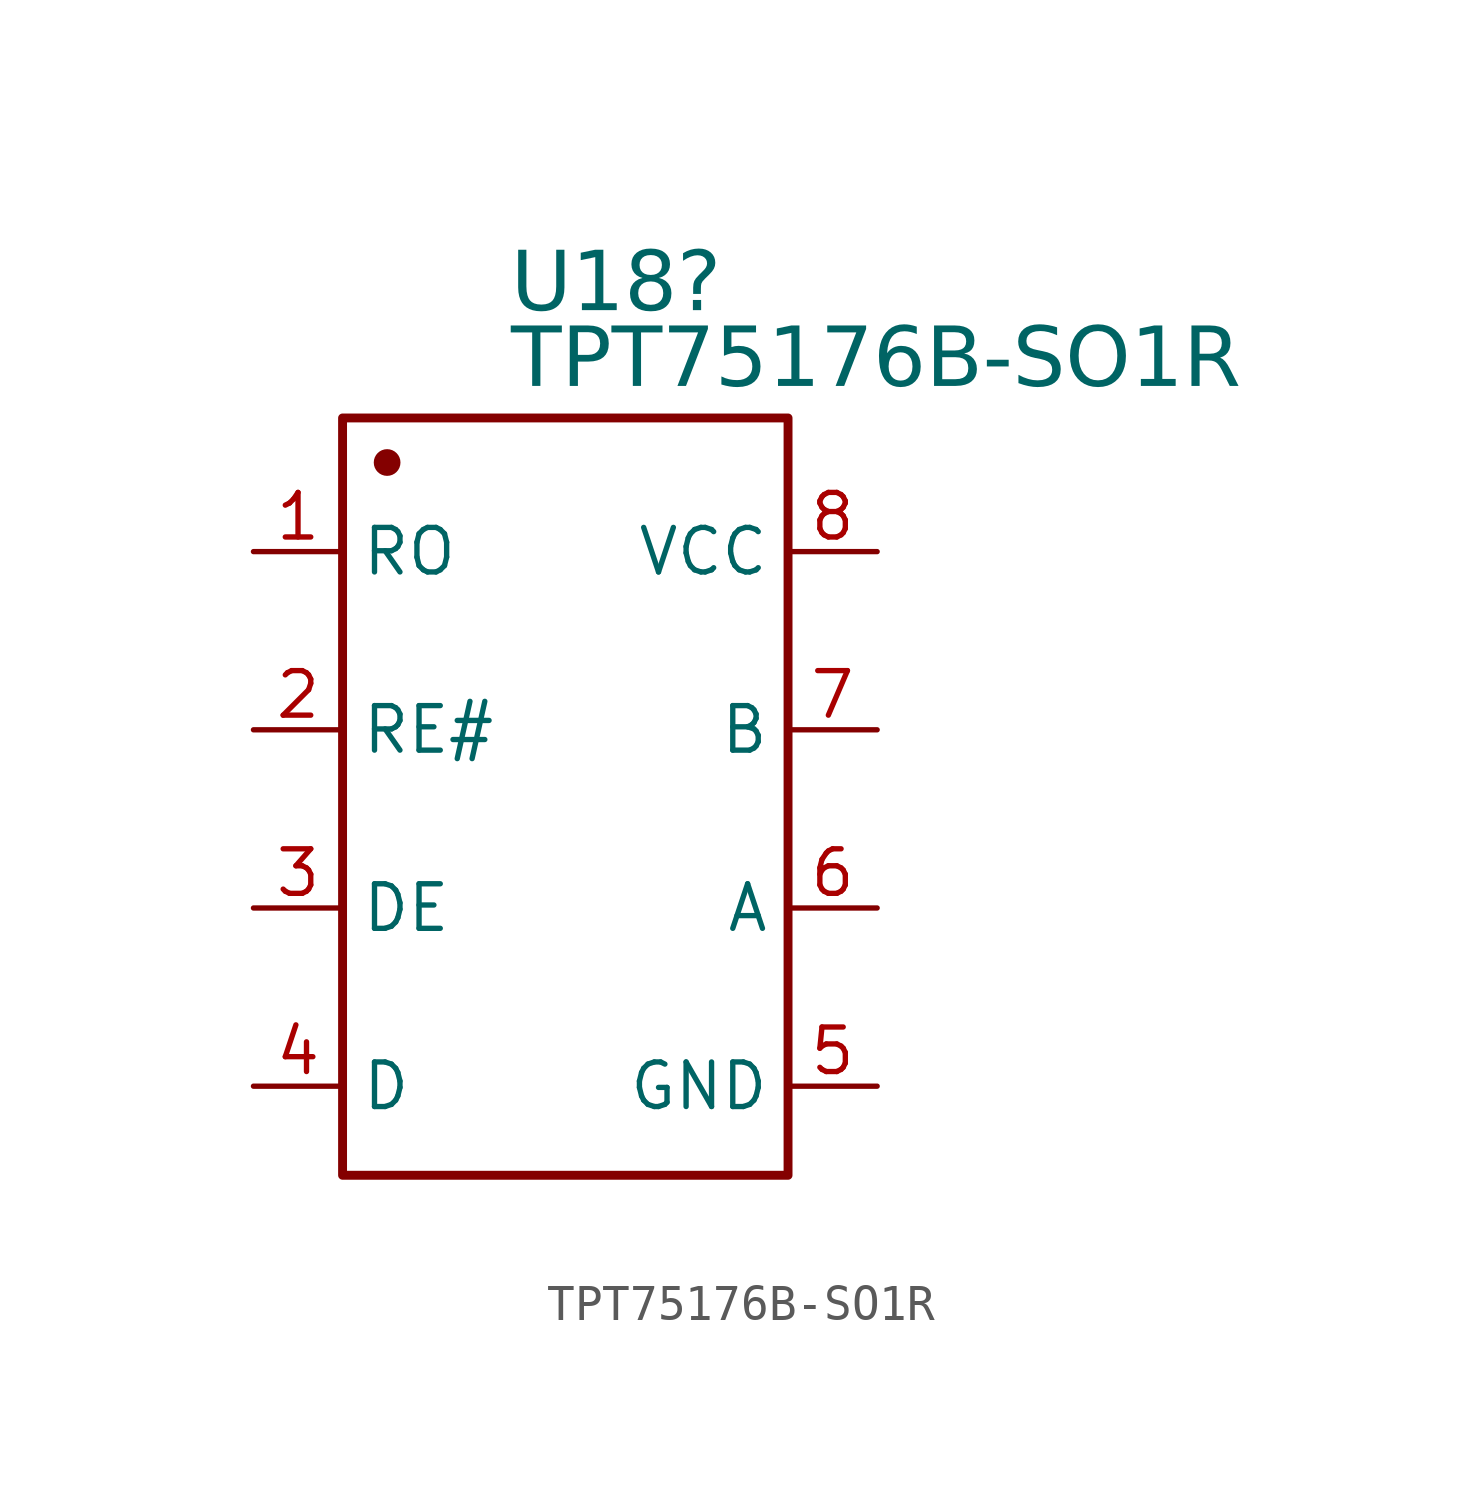
<source format=kicad_sym>
(kicad_symbol_lib
  (version 20241209)
  (generator "kicad_symbol_editor")
  (generator_version "9.0")
  (symbol "TPT75176B-SO1R"
    (property "Reference" "U18"
      (at -2.819 12.383 0)
      (effects (font (face "Arial") (size 1.689 1.689)) (justify left top)))
    (property "Value" "TPT75176B-SO1R"
      (at -2.819 10.223 0)
      (effects (font (face "Arial") (size 1.689 1.689)) (justify left top)))
    (symbol "TPT75176B-SO1R_0_0"
      (rectangle (start -7.62 7.62) (end 5.08 -13.97) (stroke (width 0.254) (type solid)) (fill (type none)))
      (circle (center -6.35 6.35) (radius 0.254) (stroke (width 0.254) (type solid)) (fill (type outline)))
      (pin passive line (at -10.16 3.81 0) (length 2.54) (name "RO" (effects (font (size 1.27 1.27)))) (number "1" (effects (font (size 1.27 1.27)))))
      (pin passive line (at -10.16 -1.27 0) (length 2.54) (name "RE#" (effects (font (size 1.27 1.27)))) (number "2" (effects (font (size 1.27 1.27)))))
      (pin passive line (at -10.16 -6.35 0) (length 2.54) (name "DE" (effects (font (size 1.27 1.27)))) (number "3" (effects (font (size 1.27 1.27)))))
      (pin passive line (at -10.16 -11.43 0) (length 2.54) (name "D" (effects (font (size 1.27 1.27)))) (number "4" (effects (font (size 1.27 1.27)))))
      (pin passive line (at 7.62 3.81 180) (length 2.54) (name "VCC" (effects (font (size 1.27 1.27)))) (number "8" (effects (font (size 1.27 1.27)))))
      (pin passive line (at 7.62 -1.27 180) (length 2.54) (name "B" (effects (font (size 1.27 1.27)))) (number "7" (effects (font (size 1.27 1.27)))))
      (pin passive line (at 7.62 -6.35 180) (length 2.54) (name "A" (effects (font (size 1.27 1.27)))) (number "6" (effects (font (size 1.27 1.27)))))
      (pin power_in line (at 7.62 -11.43 180) (length 2.54) (name "GND" (effects (font (size 1.27 1.27)))) (number "5" (effects (font (size 1.27 1.27))))))))
</source>
